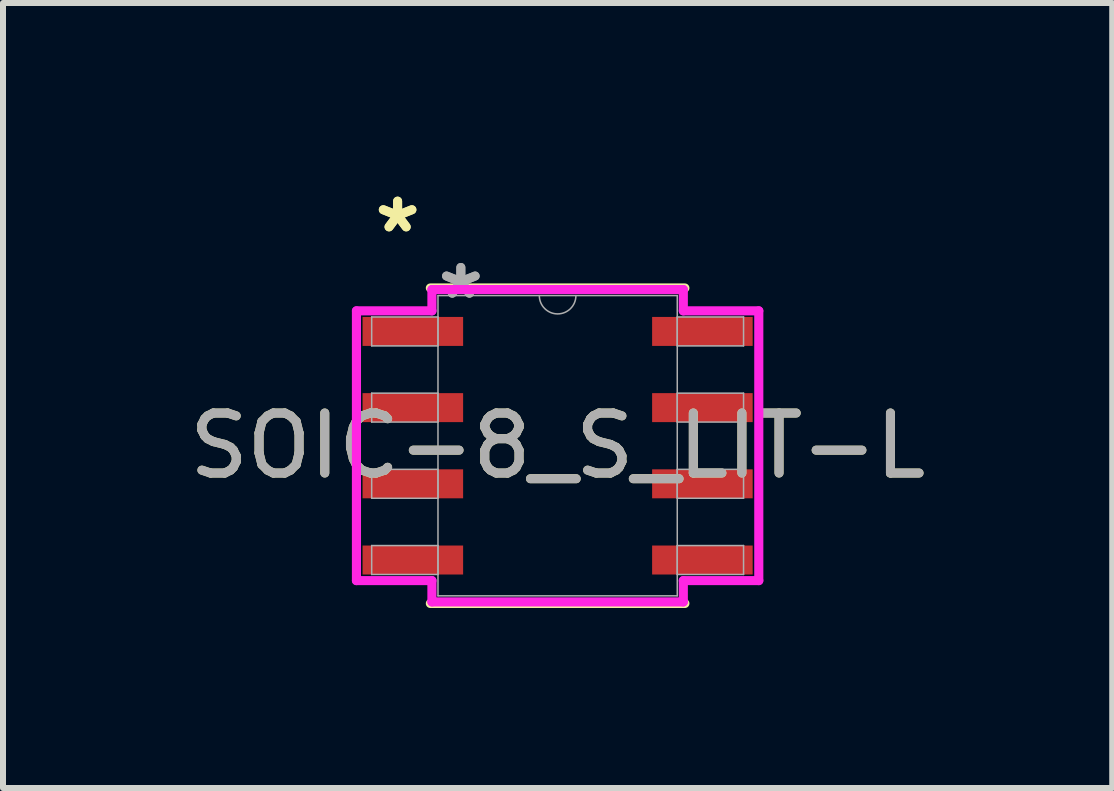
<source format=kicad_pcb>
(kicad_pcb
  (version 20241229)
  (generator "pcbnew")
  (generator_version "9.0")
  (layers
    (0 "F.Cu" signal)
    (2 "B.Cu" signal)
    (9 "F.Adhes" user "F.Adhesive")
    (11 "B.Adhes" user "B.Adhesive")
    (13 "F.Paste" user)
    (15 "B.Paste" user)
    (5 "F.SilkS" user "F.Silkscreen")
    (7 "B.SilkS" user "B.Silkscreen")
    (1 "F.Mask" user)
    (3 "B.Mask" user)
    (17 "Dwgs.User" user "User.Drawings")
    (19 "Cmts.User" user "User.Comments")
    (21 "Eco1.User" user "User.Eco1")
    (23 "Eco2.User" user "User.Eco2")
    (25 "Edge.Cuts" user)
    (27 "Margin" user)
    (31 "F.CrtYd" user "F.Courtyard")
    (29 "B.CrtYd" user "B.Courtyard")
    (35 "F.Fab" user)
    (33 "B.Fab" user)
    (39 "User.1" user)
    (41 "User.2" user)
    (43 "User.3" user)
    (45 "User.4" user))
  (footprint "SOIC-8_S_LIT-L"
    (layer "F.Cu")
    (at 6.244 4.379)
    (property "Reference" "SOIC-8_S_LIT-L" (at 0 0 0) (unlocked yes) (layer "F.SilkS") (effects (font (size 1 1) (thickness 0.15))))
    (attr smd)
    (fp_line (start -2.121 2.629) (end 2.121 2.629) (stroke (width 0.152) (type solid)) (layer "F.SilkS"))
    (fp_line (start 2.121 -2.629) (end -2.121 -2.629) (stroke (width 0.152) (type solid)) (layer "F.SilkS"))
    (fp_line (start -3.353 -2.248) (end -2.095 -2.248) (stroke (width 0.152) (type solid)) (layer "F.CrtYd"))
    (fp_line (start -3.353 2.248) (end -3.353 -2.248) (stroke (width 0.152) (type solid)) (layer "F.CrtYd"))
    (fp_line (start -3.353 2.248) (end -2.095 2.248) (stroke (width 0.152) (type solid)) (layer "F.CrtYd"))
    (fp_line (start -2.095 -2.603) (end 2.095 -2.603) (stroke (width 0.152) (type solid)) (layer "F.CrtYd"))
    (fp_line (start -2.095 -2.248) (end -2.095 -2.603) (stroke (width 0.152) (type solid)) (layer "F.CrtYd"))
    (fp_line (start -2.095 2.603) (end -2.095 2.248) (stroke (width 0.152) (type solid)) (layer "F.CrtYd"))
    (fp_line (start 2.095 -2.603) (end 2.095 -2.248) (stroke (width 0.152) (type solid)) (layer "F.CrtYd"))
    (fp_line (start 2.095 2.248) (end 2.095 2.603) (stroke (width 0.152) (type solid)) (layer "F.CrtYd"))
    (fp_line (start 2.095 2.603) (end -2.095 2.603) (stroke (width 0.152) (type solid)) (layer "F.CrtYd"))
    (fp_line (start 3.353 -2.248) (end 2.095 -2.248) (stroke (width 0.152) (type solid)) (layer "F.CrtYd"))
    (fp_line (start 3.353 -2.248) (end 3.353 2.248) (stroke (width 0.152) (type solid)) (layer "F.CrtYd"))
    (fp_line (start 3.353 2.248) (end 2.095 2.248) (stroke (width 0.152) (type solid)) (layer "F.CrtYd"))
    (fp_line (start -3.099 -2.146) (end -3.099 -1.664) (stroke (width 0.025) (type solid)) (layer "F.Fab"))
    (fp_line (start -3.099 -1.664) (end -1.994 -1.664) (stroke (width 0.025) (type solid)) (layer "F.Fab"))
    (fp_line (start -3.099 -0.876) (end -3.099 -0.394) (stroke (width 0.025) (type solid)) (layer "F.Fab"))
    (fp_line (start -3.099 -0.394) (end -1.994 -0.394) (stroke (width 0.025) (type solid)) (layer "F.Fab"))
    (fp_line (start -3.099 0.394) (end -3.099 0.876) (stroke (width 0.025) (type solid)) (layer "F.Fab"))
    (fp_line (start -3.099 0.876) (end -1.994 0.876) (stroke (width 0.025) (type solid)) (layer "F.Fab"))
    (fp_line (start -3.099 1.664) (end -3.099 2.146) (stroke (width 0.025) (type solid)) (layer "F.Fab"))
    (fp_line (start -3.099 2.146) (end -1.994 2.146) (stroke (width 0.025) (type solid)) (layer "F.Fab"))
    (fp_line (start -1.994 -2.502) (end -1.994 2.502) (stroke (width 0.025) (type solid)) (layer "F.Fab"))
    (fp_line (start -1.994 -2.146) (end -3.099 -2.146) (stroke (width 0.025) (type solid)) (layer "F.Fab"))
    (fp_line (start -1.994 -1.664) (end -1.994 -2.146) (stroke (width 0.025) (type solid)) (layer "F.Fab"))
    (fp_line (start -1.994 -0.876) (end -3.099 -0.876) (stroke (width 0.025) (type solid)) (layer "F.Fab"))
    (fp_line (start -1.994 -0.394) (end -1.994 -0.876) (stroke (width 0.025) (type solid)) (layer "F.Fab"))
    (fp_line (start -1.994 0.394) (end -3.099 0.394) (stroke (width 0.025) (type solid)) (layer "F.Fab"))
    (fp_line (start -1.994 0.876) (end -1.994 0.394) (stroke (width 0.025) (type solid)) (layer "F.Fab"))
    (fp_line (start -1.994 1.664) (end -3.099 1.664) (stroke (width 0.025) (type solid)) (layer "F.Fab"))
    (fp_line (start -1.994 2.146) (end -1.994 1.664) (stroke (width 0.025) (type solid)) (layer "F.Fab"))
    (fp_line (start -1.994 2.502) (end 1.994 2.502) (stroke (width 0.025) (type solid)) (layer "F.Fab"))
    (fp_line (start 1.994 -2.502) (end -1.994 -2.502) (stroke (width 0.025) (type solid)) (layer "F.Fab"))
    (fp_line (start 1.994 -2.146) (end 1.994 -1.664) (stroke (width 0.025) (type solid)) (layer "F.Fab"))
    (fp_line (start 1.994 -1.664) (end 3.099 -1.664) (stroke (width 0.025) (type solid)) (layer "F.Fab"))
    (fp_line (start 1.994 -0.876) (end 1.994 -0.394) (stroke (width 0.025) (type solid)) (layer "F.Fab"))
    (fp_line (start 1.994 -0.394) (end 3.099 -0.394) (stroke (width 0.025) (type solid)) (layer "F.Fab"))
    (fp_line (start 1.994 0.394) (end 1.994 0.876) (stroke (width 0.025) (type solid)) (layer "F.Fab"))
    (fp_line (start 1.994 0.876) (end 3.099 0.876) (stroke (width 0.025) (type solid)) (layer "F.Fab"))
    (fp_line (start 1.994 1.664) (end 1.994 2.146) (stroke (width 0.025) (type solid)) (layer "F.Fab"))
    (fp_line (start 1.994 2.146) (end 3.099 2.146) (stroke (width 0.025) (type solid)) (layer "F.Fab"))
    (fp_line (start 1.994 2.502) (end 1.994 -2.502) (stroke (width 0.025) (type solid)) (layer "F.Fab"))
    (fp_line (start 3.099 -2.146) (end 1.994 -2.146) (stroke (width 0.025) (type solid)) (layer "F.Fab"))
    (fp_line (start 3.099 -1.664) (end 3.099 -2.146) (stroke (width 0.025) (type solid)) (layer "F.Fab"))
    (fp_line (start 3.099 -0.876) (end 1.994 -0.876) (stroke (width 0.025) (type solid)) (layer "F.Fab"))
    (fp_line (start 3.099 -0.394) (end 3.099 -0.876) (stroke (width 0.025) (type solid)) (layer "F.Fab"))
    (fp_line (start 3.099 0.394) (end 1.994 0.394) (stroke (width 0.025) (type solid)) (layer "F.Fab"))
    (fp_line (start 3.099 0.876) (end 3.099 0.394) (stroke (width 0.025) (type solid)) (layer "F.Fab"))
    (fp_line (start 3.099 1.664) (end 1.994 1.664) (stroke (width 0.025) (type solid)) (layer "F.Fab"))
    (fp_line (start 3.099 2.146) (end 3.099 1.664) (stroke (width 0.025) (type solid)) (layer "F.Fab"))
    (fp_arc (start 0.3048 -2.5019) (mid 0 -2.1971) (end -0.3048 -2.5019) (stroke (width 0.0254) (type solid)) (layer "F.Fab"))
    (fp_text user "*" (at -2.667 -3.531 0) (unlocked yes) (layer "F.SilkS") (effects (font (size 1 1) (thickness 0.15))))
    (fp_text user "*" (at -2.667 -3.531 0) (layer "F.SilkS") (effects (font (size 1 1) (thickness 0.15))))
    (fp_text user "${REFERENCE}" (at 0 0 0) (unlocked yes) (layer "F.Fab") (effects (font (size 1 1) (thickness 0.15))))
    (fp_text user "*" (at -1.613 -2.426 0) (layer "F.Fab") (effects (font (size 1 1) (thickness 0.15))))
    (fp_text user "*" (at -1.613 -2.426 0) (unlocked yes) (layer "F.Fab") (effects (font (size 1 1) (thickness 0.15))))
    (pad "1" smd rect (at -2.413 -1.905) (size 1.676 0.483) (layers "F.Cu" "F.Mask" "F.Paste"))
    (pad "2" smd rect (at -2.413 -0.635) (size 1.676 0.483) (layers "F.Cu" "F.Mask" "F.Paste"))
    (pad "3" smd rect (at -2.413 0.635) (size 1.676 0.483) (layers "F.Cu" "F.Mask" "F.Paste"))
    (pad "4" smd rect (at -2.413 1.905) (size 1.676 0.483) (layers "F.Cu" "F.Mask" "F.Paste"))
    (pad "5" smd rect (at 2.413 1.905) (size 1.676 0.483) (layers "F.Cu" "F.Mask" "F.Paste"))
    (pad "6" smd rect (at 2.413 0.635) (size 1.676 0.483) (layers "F.Cu" "F.Mask" "F.Paste"))
    (pad "7" smd rect (at 2.413 -0.635) (size 1.676 0.483) (layers "F.Cu" "F.Mask" "F.Paste"))
    (pad "8" smd rect (at 2.413 -1.905) (size 1.676 0.483) (layers "F.Cu" "F.Mask" "F.Paste")))
  (gr_rect
    (start -3 -3)
    (end 15.488 10.084)
    (stroke (width 0.1) (type default))
    (fill no)
    (layer "Edge.Cuts")))
</source>
